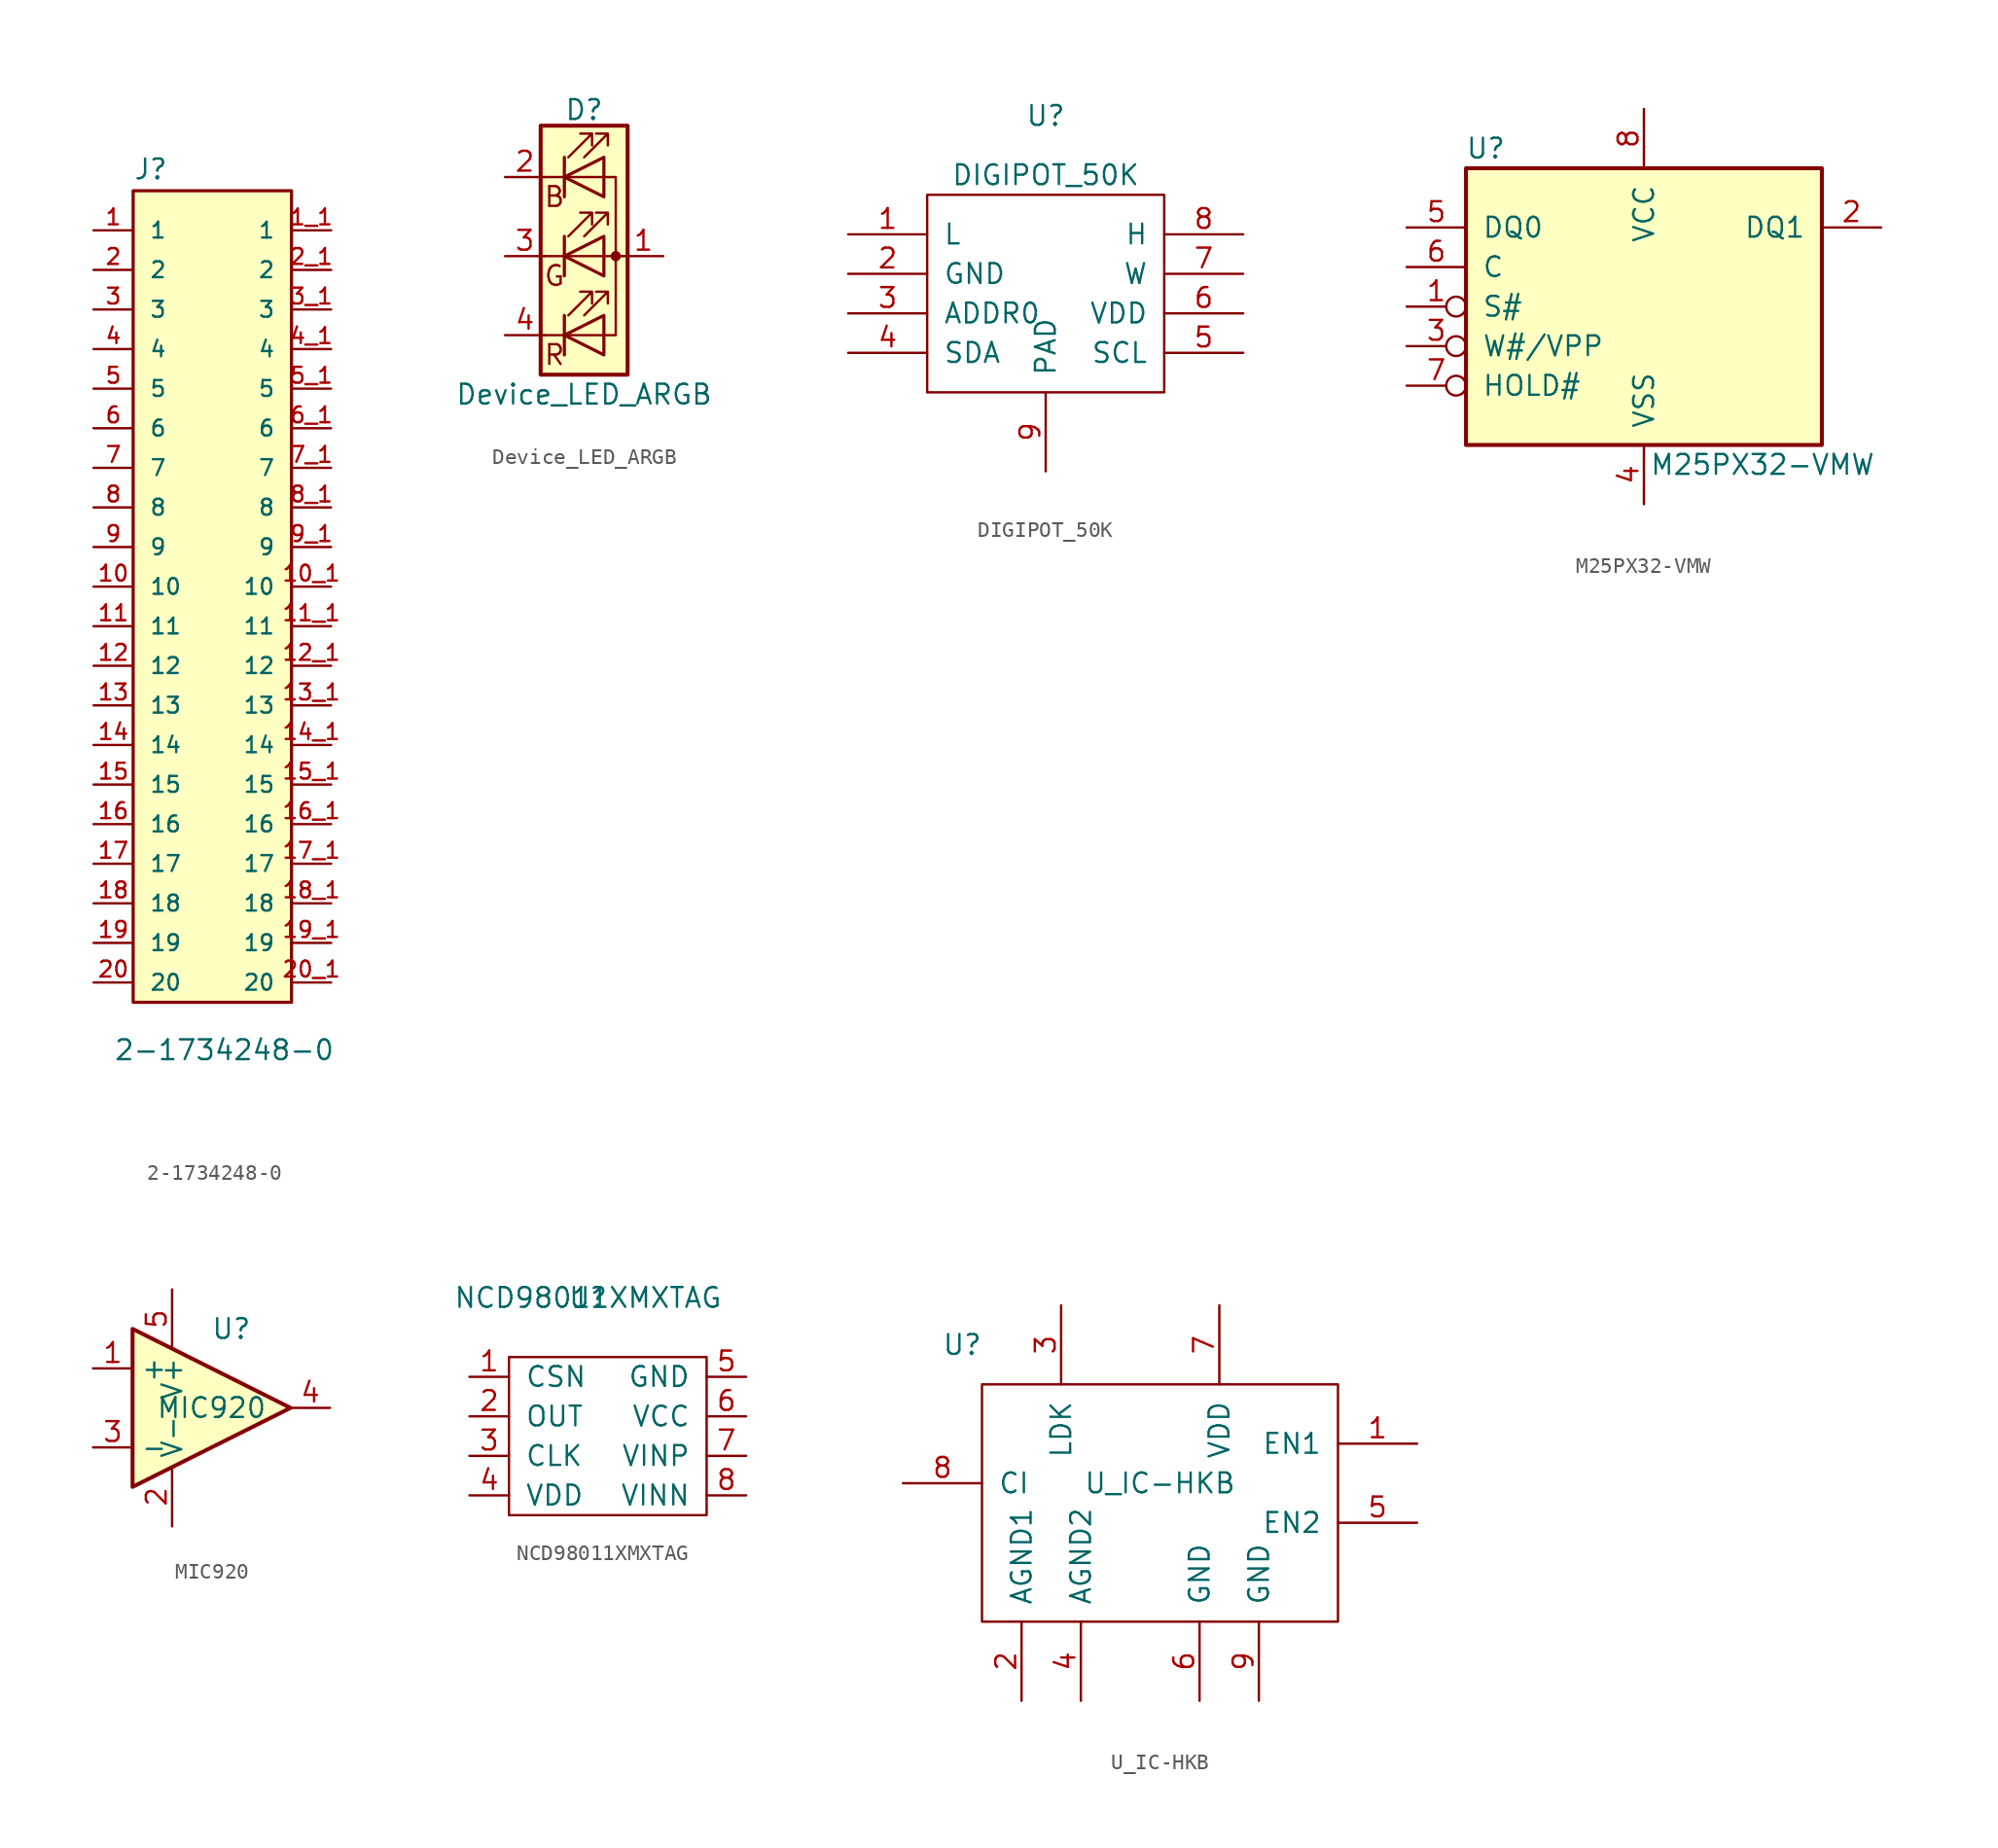
<source format=kicad_sym>
(kicad_symbol_lib
  (version 20220914)
  (generator kicad_symbol_editor)
  (symbol "2-1734248-0"
    (pin_names
      (offset 1.016))
    (property "Reference" "J"
      (at -5.08 20.955 0)
      (effects (font (size 1.27 1.27)) (justify left bottom)))
    (property "Value" "2-1734248-0"
      (at -6.35 -35.56 0)
      (effects (font (size 1.27 1.27)) (justify left bottom)))
    (property "ki_locked" ""
      (at 0 0 0)
      (effects (font (size 1.27 1.27))))
    (symbol "2-1734248-0_0_0"
      (rectangle (start -5.08 20.32) (end 5.08 -31.75) (stroke (width 0.203) (type solid)) (fill (type background)))
      (pin passive line (at -7.62 17.78 0) (length 2.54) (name "1" (effects (font (size 1.016 1.016)))) (number "1" (effects (font (size 1.016 1.016)))))
      (pin passive line (at -7.62 -5.08 0) (length 2.54) (name "10" (effects (font (size 1.016 1.016)))) (number "10" (effects (font (size 1.016 1.016)))))
      (pin passive line (at 7.62 -5.08 180) (length 2.54) (name "10" (effects (font (size 1.016 1.016)))) (number "10_1" (effects (font (size 1.016 1.016)))))
      (pin passive line (at -7.62 -7.62 0) (length 2.54) (name "11" (effects (font (size 1.016 1.016)))) (number "11" (effects (font (size 1.016 1.016)))))
      (pin passive line (at 7.62 -7.62 180) (length 2.54) (name "11" (effects (font (size 1.016 1.016)))) (number "11_1" (effects (font (size 1.016 1.016)))))
      (pin passive line (at -7.62 -10.16 0) (length 2.54) (name "12" (effects (font (size 1.016 1.016)))) (number "12" (effects (font (size 1.016 1.016)))))
      (pin passive line (at 7.62 -10.16 180) (length 2.54) (name "12" (effects (font (size 1.016 1.016)))) (number "12_1" (effects (font (size 1.016 1.016)))))
      (pin passive line (at -7.62 -12.7 0) (length 2.54) (name "13" (effects (font (size 1.016 1.016)))) (number "13" (effects (font (size 1.016 1.016)))))
      (pin passive line (at 7.62 -12.7 180) (length 2.54) (name "13" (effects (font (size 1.016 1.016)))) (number "13_1" (effects (font (size 1.016 1.016)))))
      (pin passive line (at -7.62 -15.24 0) (length 2.54) (name "14" (effects (font (size 1.016 1.016)))) (number "14" (effects (font (size 1.016 1.016)))))
      (pin passive line (at 7.62 -15.24 180) (length 2.54) (name "14" (effects (font (size 1.016 1.016)))) (number "14_1" (effects (font (size 1.016 1.016)))))
      (pin passive line (at -7.62 -17.78 0) (length 2.54) (name "15" (effects (font (size 1.016 1.016)))) (number "15" (effects (font (size 1.016 1.016)))))
      (pin passive line (at 7.62 -17.78 180) (length 2.54) (name "15" (effects (font (size 1.016 1.016)))) (number "15_1" (effects (font (size 1.016 1.016)))))
      (pin passive line (at 7.62 17.78 180) (length 2.54) (name "1" (effects (font (size 1.016 1.016)))) (number "1_1" (effects (font (size 1.016 1.016)))))
      (pin passive line (at -7.62 15.24 0) (length 2.54) (name "2" (effects (font (size 1.016 1.016)))) (number "2" (effects (font (size 1.016 1.016)))))
      (pin passive line (at 7.62 15.24 180) (length 2.54) (name "2" (effects (font (size 1.016 1.016)))) (number "2_1" (effects (font (size 1.016 1.016)))))
      (pin passive line (at -7.62 12.7 0) (length 2.54) (name "3" (effects (font (size 1.016 1.016)))) (number "3" (effects (font (size 1.016 1.016)))))
      (pin passive line (at 7.62 12.7 180) (length 2.54) (name "3" (effects (font (size 1.016 1.016)))) (number "3_1" (effects (font (size 1.016 1.016)))))
      (pin passive line (at -7.62 10.16 0) (length 2.54) (name "4" (effects (font (size 1.016 1.016)))) (number "4" (effects (font (size 1.016 1.016)))))
      (pin passive line (at 7.62 10.16 180) (length 2.54) (name "4" (effects (font (size 1.016 1.016)))) (number "4_1" (effects (font (size 1.016 1.016)))))
      (pin passive line (at -7.62 7.62 0) (length 2.54) (name "5" (effects (font (size 1.016 1.016)))) (number "5" (effects (font (size 1.016 1.016)))))
      (pin passive line (at 7.62 7.62 180) (length 2.54) (name "5" (effects (font (size 1.016 1.016)))) (number "5_1" (effects (font (size 1.016 1.016)))))
      (pin passive line (at -7.62 5.08 0) (length 2.54) (name "6" (effects (font (size 1.016 1.016)))) (number "6" (effects (font (size 1.016 1.016)))))
      (pin passive line (at 7.62 5.08 180) (length 2.54) (name "6" (effects (font (size 1.016 1.016)))) (number "6_1" (effects (font (size 1.016 1.016)))))
      (pin passive line (at -7.62 2.54 0) (length 2.54) (name "7" (effects (font (size 1.016 1.016)))) (number "7" (effects (font (size 1.016 1.016)))))
      (pin passive line (at 7.62 2.54 180) (length 2.54) (name "7" (effects (font (size 1.016 1.016)))) (number "7_1" (effects (font (size 1.016 1.016)))))
      (pin passive line (at -7.62 0 0) (length 2.54) (name "8" (effects (font (size 1.016 1.016)))) (number "8" (effects (font (size 1.016 1.016)))))
      (pin passive line (at 7.62 0 180) (length 2.54) (name "8" (effects (font (size 1.016 1.016)))) (number "8_1" (effects (font (size 1.016 1.016)))))
      (pin passive line (at -7.62 -2.54 0) (length 2.54) (name "9" (effects (font (size 1.016 1.016)))) (number "9" (effects (font (size 1.016 1.016)))))
      (pin passive line (at 7.62 -2.54 180) (length 2.54) (name "9" (effects (font (size 1.016 1.016)))) (number "9_1" (effects (font (size 1.016 1.016))))))
    (symbol "2-1734248-0_1_0"
      (pin passive line (at -7.62 -20.32 0) (length 2.54) (name "16" (effects (font (size 1.016 1.016)))) (number "16" (effects (font (size 1.016 1.016)))))
      (pin passive line (at 7.62 -20.32 180) (length 2.54) (name "16" (effects (font (size 1.016 1.016)))) (number "16_1" (effects (font (size 1.016 1.016)))))
      (pin passive line (at -7.62 -22.86 0) (length 2.54) (name "17" (effects (font (size 1.016 1.016)))) (number "17" (effects (font (size 1.016 1.016)))))
      (pin passive line (at 7.62 -22.86 180) (length 2.54) (name "17" (effects (font (size 1.016 1.016)))) (number "17_1" (effects (font (size 1.016 1.016)))))
      (pin passive line (at -7.62 -25.4 0) (length 2.54) (name "18" (effects (font (size 1.016 1.016)))) (number "18" (effects (font (size 1.016 1.016)))))
      (pin passive line (at 7.62 -25.4 180) (length 2.54) (name "18" (effects (font (size 1.016 1.016)))) (number "18_1" (effects (font (size 1.016 1.016)))))
      (pin passive line (at -7.62 -27.94 0) (length 2.54) (name "19" (effects (font (size 1.016 1.016)))) (number "19" (effects (font (size 1.016 1.016)))))
      (pin passive line (at 7.62 -27.94 180) (length 2.54) (name "19" (effects (font (size 1.016 1.016)))) (number "19_1" (effects (font (size 1.016 1.016)))))
      (pin passive line (at -7.62 -30.48 0) (length 2.54) (name "20" (effects (font (size 1.016 1.016)))) (number "20" (effects (font (size 1.016 1.016)))))
      (pin passive line (at 7.62 -30.48 180) (length 2.54) (name "20" (effects (font (size 1.016 1.016)))) (number "20_1" (effects (font (size 1.016 1.016)))))))
  (symbol "Device_LED_ARGB"
    (pin_names
      (offset 0) hide)
    (property "Reference" "D"
      (at 0 9.398 0)
      (effects (font (size 1.27 1.27))))
    (property "Value" "Device_LED_ARGB"
      (at 0 -8.89 0)
      (effects (font (size 1.27 1.27))))
    (symbol "Device_LED_ARGB_0_0"
      (text "B" (at -1.905 3.81 0) (effects (font (size 1.27 1.27))))
      (text "G" (at -1.905 -1.27 0) (effects (font (size 1.27 1.27))))
      (text "R" (at -1.905 -6.35 0) (effects (font (size 1.27 1.27)))))
    (symbol "Device_LED_ARGB_0_1"
      (polyline (pts (xy -2.54 -5.08) (xy 1.27 -5.08)) (stroke (width 0) (type solid)) (fill (type none)))
      (polyline (pts (xy -1.27 -3.81) (xy -1.27 -6.35)) (stroke (width 0.203) (type solid)) (fill (type none)))
      (polyline (pts (xy -1.27 1.27) (xy -1.27 -1.27)) (stroke (width 0.203) (type solid)) (fill (type none)))
      (polyline (pts (xy -1.27 6.35) (xy -1.27 3.81)) (stroke (width 0.203) (type solid)) (fill (type none)))
      (polyline (pts (xy 1.27 5.08) (xy -2.54 5.08)) (stroke (width 0) (type solid)) (fill (type none)))
      (polyline (pts (xy 2.54 0) (xy -2.54 0)) (stroke (width 0) (type solid)) (fill (type none)))
      (polyline (pts (xy 1.27 -5.08) (xy 2.032 -5.08) (xy 2.032 5.08) (xy 1.27 5.08)) (stroke (width 0) (type solid)) (fill (type none)))
      (polyline (pts (xy 1.27 -3.81) (xy 1.27 -6.35) (xy -1.27 -5.08) (xy 1.27 -3.81)) (stroke (width 0.203) (type solid)) (fill (type none)))
      (polyline (pts (xy 1.27 1.27) (xy 1.27 -1.27) (xy -1.27 0) (xy 1.27 1.27)) (stroke (width 0.203) (type solid)) (fill (type none)))
      (polyline (pts (xy 1.27 6.35) (xy 1.27 3.81) (xy -1.27 5.08) (xy 1.27 6.35)) (stroke (width 0.203) (type solid)) (fill (type none)))
      (polyline (pts (xy -1.016 -3.81) (xy 0.508 -2.286) (xy -0.254 -2.286) (xy 0.508 -2.286) (xy 0.508 -3.048)) (stroke (width 0) (type solid)) (fill (type none)))
      (polyline (pts (xy -1.016 1.27) (xy 0.508 2.794) (xy -0.254 2.794) (xy 0.508 2.794) (xy 0.508 2.032)) (stroke (width 0) (type solid)) (fill (type none)))
      (polyline (pts (xy -1.016 6.35) (xy 0.508 7.874) (xy -0.254 7.874) (xy 0.508 7.874) (xy 0.508 7.112)) (stroke (width 0) (type solid)) (fill (type none)))
      (polyline (pts (xy 0 -3.81) (xy 1.524 -2.286) (xy 0.762 -2.286) (xy 1.524 -2.286) (xy 1.524 -3.048)) (stroke (width 0) (type solid)) (fill (type none)))
      (polyline (pts (xy 0 1.27) (xy 1.524 2.794) (xy 0.762 2.794) (xy 1.524 2.794) (xy 1.524 2.032)) (stroke (width 0) (type solid)) (fill (type none)))
      (polyline (pts (xy 0 6.35) (xy 1.524 7.874) (xy 0.762 7.874) (xy 1.524 7.874) (xy 1.524 7.112)) (stroke (width 0) (type solid)) (fill (type none)))
      (rectangle (start 1.27 6.35) (end 1.27 6.35) (stroke (width 0) (type solid)) (fill (type none)))
      (circle (center 2.032 0) (radius 0.254) (stroke (width 0) (type solid)) (fill (type outline)))
      (rectangle (start 2.794 8.382) (end -2.794 -7.62) (stroke (width 0.254) (type solid)) (fill (type background))))
    (symbol "Device_LED_ARGB_1_1"
      (pin passive line (at 5.08 0 180) (length 2.54) (name "A" (effects (font (size 1.27 1.27)))) (number "1" (effects (font (size 1.27 1.27)))))
      (pin passive line (at -5.08 5.08 0) (length 2.54) (name "RK" (effects (font (size 1.27 1.27)))) (number "2" (effects (font (size 1.27 1.27)))))
      (pin passive line (at -5.08 0 0) (length 2.54) (name "GK" (effects (font (size 1.27 1.27)))) (number "3" (effects (font (size 1.27 1.27)))))
      (pin passive line (at -5.08 -5.08 0) (length 2.54) (name "BK" (effects (font (size 1.27 1.27)))) (number "4" (effects (font (size 1.27 1.27)))))))
  (symbol "DIGIPOT_50K"
    (pin_names
      (offset 1.016))
    (property "Reference" "U"
      (at 0 5.08 0)
      (effects (font (size 1.27 1.27))))
    (property "Value" "DIGIPOT_50K"
      (at 0 1.27 0)
      (effects (font (size 1.27 1.27))))
    (symbol "DIGIPOT_50K_0_1"
      (rectangle (start -7.62 0) (end 7.62 -12.7) (stroke (width 0) (type solid)) (fill (type none))))
    (symbol "DIGIPOT_50K_1_1"
      (pin input line (at -12.7 -2.54 0) (length 5.08) (name "L" (effects (font (size 1.27 1.27)))) (number "1" (effects (font (size 1.27 1.27)))))
      (pin input line (at -12.7 -5.08 0) (length 5.08) (name "GND" (effects (font (size 1.27 1.27)))) (number "2" (effects (font (size 1.27 1.27)))))
      (pin input line (at -12.7 -7.62 0) (length 5.08) (name "ADDR0" (effects (font (size 1.27 1.27)))) (number "3" (effects (font (size 1.27 1.27)))))
      (pin input line (at -12.7 -10.16 0) (length 5.08) (name "SDA" (effects (font (size 1.27 1.27)))) (number "4" (effects (font (size 1.27 1.27)))))
      (pin input line (at 12.7 -10.16 180) (length 5.08) (name "SCL" (effects (font (size 1.27 1.27)))) (number "5" (effects (font (size 1.27 1.27)))))
      (pin input line (at 12.7 -7.62 180) (length 5.08) (name "VDD" (effects (font (size 1.27 1.27)))) (number "6" (effects (font (size 1.27 1.27)))))
      (pin input line (at 12.7 -5.08 180) (length 5.08) (name "W" (effects (font (size 1.27 1.27)))) (number "7" (effects (font (size 1.27 1.27)))))
      (pin input line (at 12.7 -2.54 180) (length 5.08) (name "H" (effects (font (size 1.27 1.27)))) (number "8" (effects (font (size 1.27 1.27)))))
      (pin input line (at 0 -17.78 90) (length 5.08) (name "PAD" (effects (font (size 1.27 1.27)))) (number "9" (effects (font (size 1.27 1.27)))))))
  (symbol "M25PX32-VMW"
    (pin_names
      (offset 1.016))
    (property "Reference" "U"
      (at -10.16 10.16 0)
      (effects (font (size 1.27 1.27))))
    (property "Value" "M25PX32-VMW"
      (at 7.62 -10.16 0)
      (effects (font (size 1.27 1.27))))
    (symbol "M25PX32-VMW_0_1"
      (rectangle (start -11.43 8.89) (end 11.43 -8.89) (stroke (width 0.254) (type solid)) (fill (type background))))
    (symbol "M25PX32-VMW_1_1"
      (pin input inverted (at -15.24 0 0) (length 3.81) (name "S#" (effects (font (size 1.27 1.27)))) (number "1" (effects (font (size 1.27 1.27)))))
      (pin bidirectional line (at 15.24 5.08 180) (length 3.81) (name "DQ1" (effects (font (size 1.27 1.27)))) (number "2" (effects (font (size 1.27 1.27)))))
      (pin input inverted (at -15.24 -2.54 0) (length 3.81) (name "W#/VPP" (effects (font (size 1.27 1.27)))) (number "3" (effects (font (size 1.27 1.27)))))
      (pin power_in line (at 0 -12.7 90) (length 3.81) (name "VSS" (effects (font (size 1.27 1.27)))) (number "4" (effects (font (size 1.27 1.27)))))
      (pin bidirectional line (at -15.24 5.08 0) (length 3.81) (name "DQ0" (effects (font (size 1.27 1.27)))) (number "5" (effects (font (size 1.27 1.27)))))
      (pin input line (at -15.24 2.54 0) (length 3.81) (name "C" (effects (font (size 1.27 1.27)))) (number "6" (effects (font (size 1.27 1.27)))))
      (pin input inverted (at -15.24 -5.08 0) (length 3.81) (name "HOLD#" (effects (font (size 1.27 1.27)))) (number "7" (effects (font (size 1.27 1.27)))))
      (pin power_in line (at 0 12.7 270) (length 3.81) (name "VCC" (effects (font (size 1.27 1.27)))) (number "8" (effects (font (size 1.27 1.27)))))))
  (symbol "MIC920"
    (property "Reference" "U"
      (at 1.27 5.08 0)
      (effects (font (size 1.27 1.27))))
    (property "Value" "MIC920"
      (at 0 0 0)
      (effects (font (size 1.27 1.27))))
    (property "Footprint" ""
      (at -1.27 2.54 0)
      (effects (font (size 1.27 1.27))))
    (property "Datasheet" ""
      (at 1.27 5.08 0)
      (effects (font (size 1.27 1.27))))
    (symbol "MIC920_0_1"
      (polyline (pts (xy -5.08 5.08) (xy 5.08 0) (xy -5.08 -5.08) (xy -5.08 5.08)) (stroke (width 0.254) (type solid)) (fill (type background))))
    (symbol "MIC920_1_1"
      (pin input line (at -7.62 2.54 0) (length 2.54) (name "+" (effects (font (size 1.27 1.27)))) (number "1" (effects (font (size 1.27 1.27)))))
      (pin input line (at -2.54 -7.62 90) (length 3.81) (name "V-" (effects (font (size 1.27 1.27)))) (number "2" (effects (font (size 1.27 1.27)))))
      (pin input line (at -7.62 -2.54 0) (length 2.54) (name "-" (effects (font (size 1.27 1.27)))) (number "3" (effects (font (size 1.27 1.27)))))
      (pin output line (at 7.62 0 180) (length 2.54) (name "~" (effects (font (size 1.27 1.27)))) (number "4" (effects (font (size 1.27 1.27)))))
      (pin input line (at -2.54 7.62 270) (length 3.81) (name "V+" (effects (font (size 1.27 1.27)))) (number "5" (effects (font (size 1.27 1.27)))))))
  (symbol "NCD98011XMXTAG"
    (pin_names
      (offset 1.016))
    (property "Reference" "U"
      (at -1.27 8.89 0)
      (effects (font (size 1.27 1.27))))
    (property "Value" "NCD98011XMXTAG"
      (at -1.27 8.89 0)
      (effects (font (size 1.27 1.27))))
    (symbol "NCD98011XMXTAG_0_1"
      (rectangle (start -6.35 5.08) (end 6.35 -5.08) (stroke (width 0) (type solid)) (fill (type none))))
    (symbol "NCD98011XMXTAG_1_1"
      (pin input line (at -8.89 3.81 0) (length 2.54) (name "CSN" (effects (font (size 1.27 1.27)))) (number "1" (effects (font (size 1.27 1.27)))))
      (pin input line (at -8.89 1.27 0) (length 2.54) (name "OUT" (effects (font (size 1.27 1.27)))) (number "2" (effects (font (size 1.27 1.27)))))
      (pin input line (at -8.89 -1.27 0) (length 2.54) (name "CLK" (effects (font (size 1.27 1.27)))) (number "3" (effects (font (size 1.27 1.27)))))
      (pin input line (at -8.89 -3.81 0) (length 2.54) (name "VDD" (effects (font (size 1.27 1.27)))) (number "4" (effects (font (size 1.27 1.27)))))
      (pin input line (at 8.89 3.81 180) (length 2.54) (name "GND" (effects (font (size 1.27 1.27)))) (number "5" (effects (font (size 1.27 1.27)))))
      (pin input line (at 8.89 1.27 180) (length 2.54) (name "VCC" (effects (font (size 1.27 1.27)))) (number "6" (effects (font (size 1.27 1.27)))))
      (pin input line (at 8.89 -1.27 180) (length 2.54) (name "VINP" (effects (font (size 1.27 1.27)))) (number "7" (effects (font (size 1.27 1.27)))))
      (pin input line (at 8.89 -3.81 180) (length 2.54) (name "VINN" (effects (font (size 1.27 1.27)))) (number "8" (effects (font (size 1.27 1.27)))))))
  (symbol "U_IC-HKB"
    (pin_names
      (offset 1.016))
    (property "Reference" "U"
      (at -12.7 8.89 0)
      (effects (font (size 1.27 1.27))))
    (property "Value" "U_IC-HKB"
      (at 0 0 0)
      (effects (font (size 1.27 1.27))))
    (symbol "U_IC-HKB_0_1"
      (rectangle (start -11.43 6.35) (end 11.43 -8.89) (stroke (width 0) (type solid)) (fill (type none))))
    (symbol "U_IC-HKB_1_1"
      (pin input line (at 16.51 2.54 180) (length 5.08) (name "EN1" (effects (font (size 1.27 1.27)))) (number "1" (effects (font (size 1.27 1.27)))))
      (pin input line (at -8.89 -13.97 90) (length 5.08) (name "AGND1" (effects (font (size 1.27 1.27)))) (number "2" (effects (font (size 1.27 1.27)))))
      (pin input line (at -6.35 11.43 270) (length 5.08) (name "LDK" (effects (font (size 1.27 1.27)))) (number "3" (effects (font (size 1.27 1.27)))))
      (pin input line (at -5.08 -13.97 90) (length 5.08) (name "AGND2" (effects (font (size 1.27 1.27)))) (number "4" (effects (font (size 1.27 1.27)))))
      (pin input line (at 16.51 -2.54 180) (length 5.08) (name "EN2" (effects (font (size 1.27 1.27)))) (number "5" (effects (font (size 1.27 1.27)))))
      (pin input line (at 2.54 -13.97 90) (length 5.08) (name "GND" (effects (font (size 1.27 1.27)))) (number "6" (effects (font (size 1.27 1.27)))))
      (pin input line (at 3.81 11.43 270) (length 5.08) (name "VDD" (effects (font (size 1.27 1.27)))) (number "7" (effects (font (size 1.27 1.27)))))
      (pin input line (at -16.51 0 0) (length 5.08) (name "CI" (effects (font (size 1.27 1.27)))) (number "8" (effects (font (size 1.27 1.27)))))
      (pin input line (at 6.35 -13.97 90) (length 5.08) (name "GND" (effects (font (size 1.27 1.27)))) (number "9" (effects (font (size 1.27 1.27))))))))
</source>
